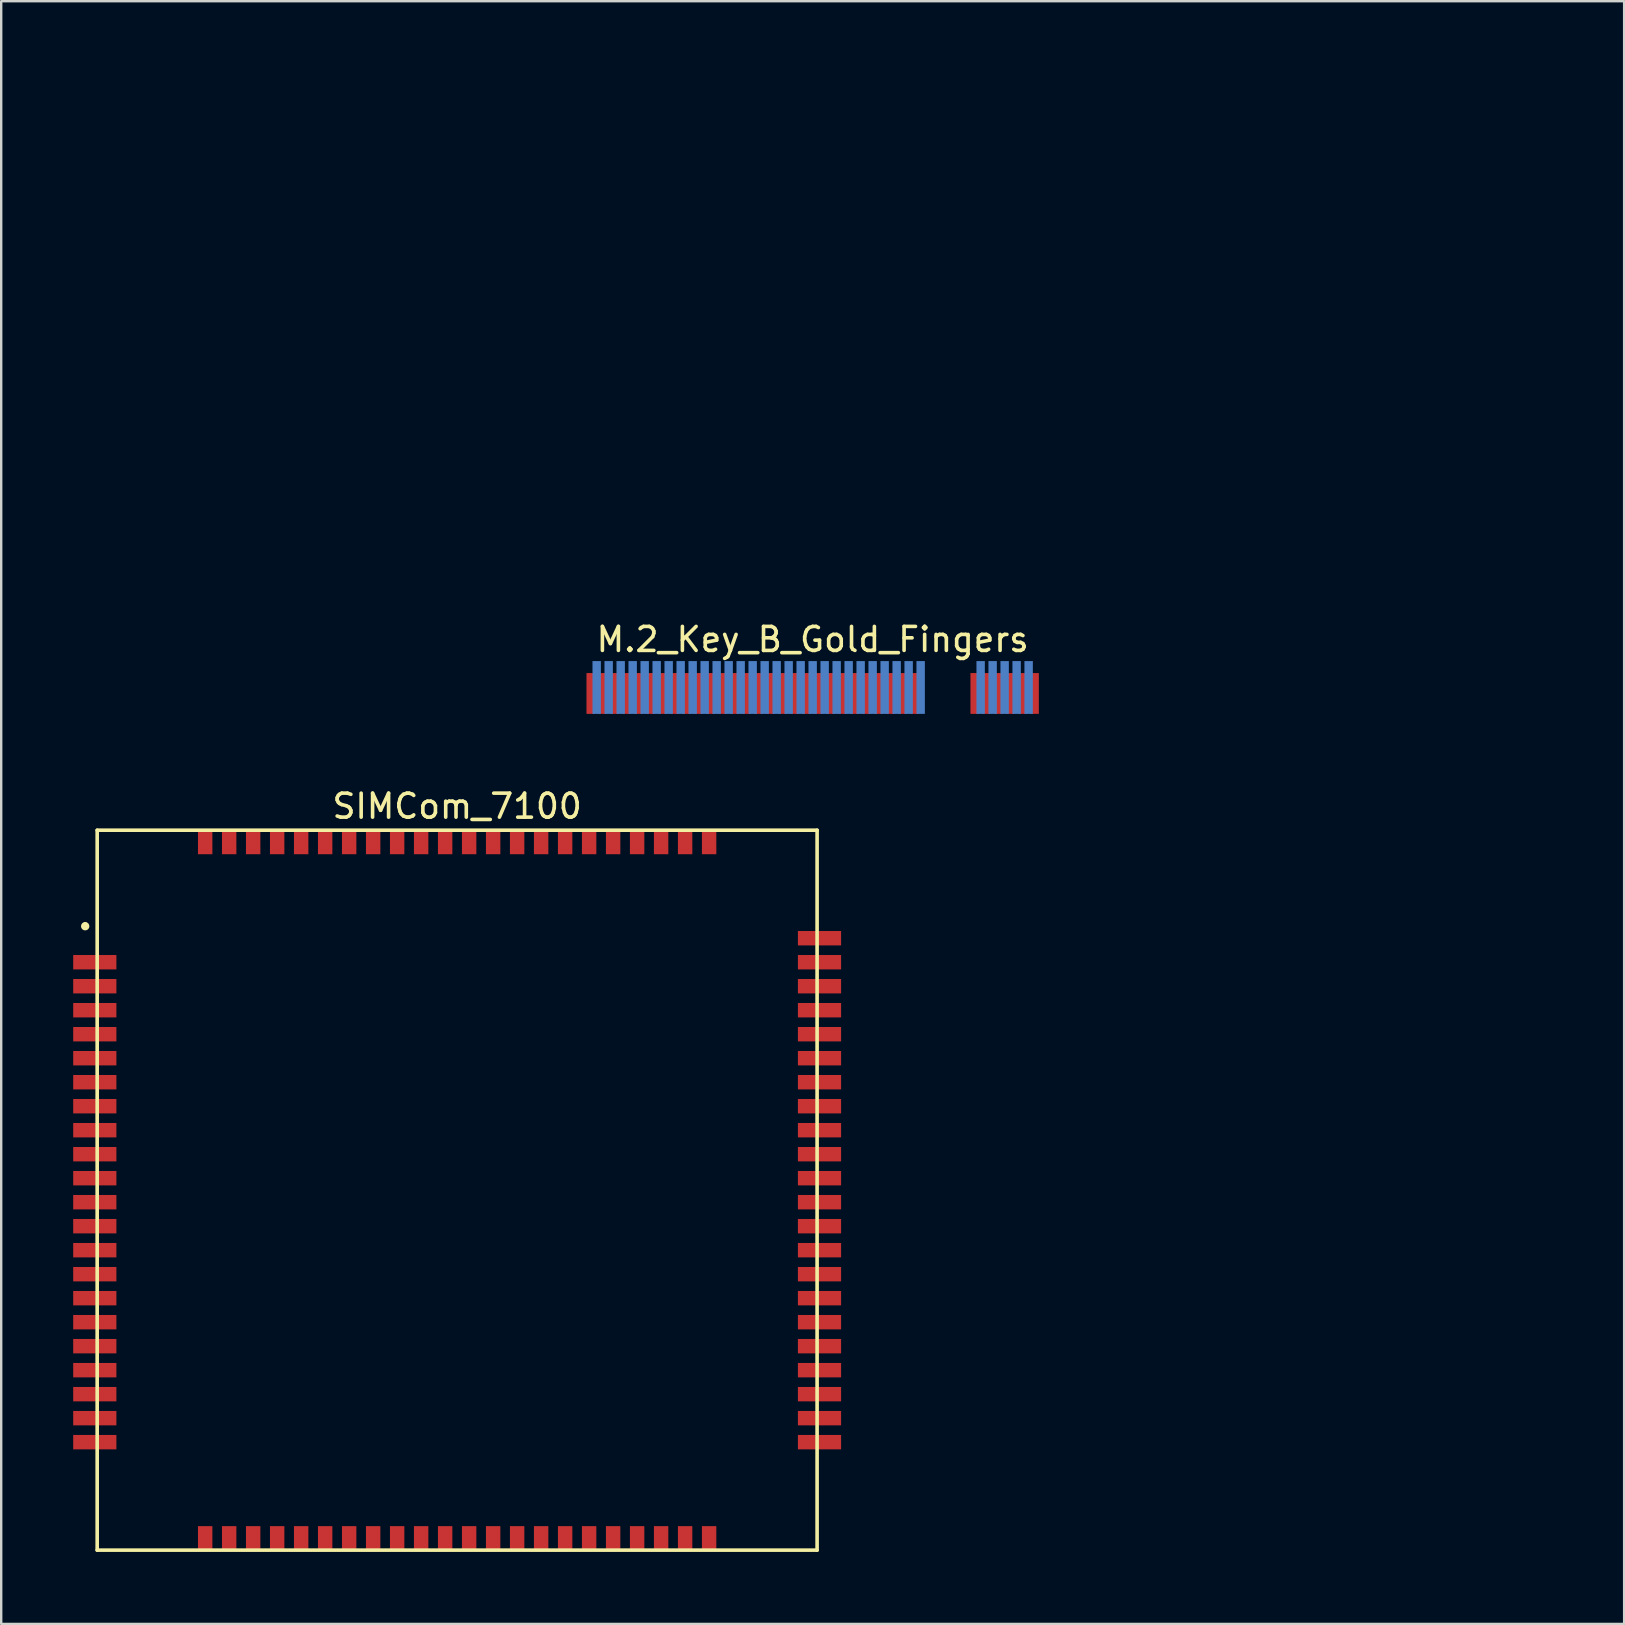
<source format=kicad_pcb>
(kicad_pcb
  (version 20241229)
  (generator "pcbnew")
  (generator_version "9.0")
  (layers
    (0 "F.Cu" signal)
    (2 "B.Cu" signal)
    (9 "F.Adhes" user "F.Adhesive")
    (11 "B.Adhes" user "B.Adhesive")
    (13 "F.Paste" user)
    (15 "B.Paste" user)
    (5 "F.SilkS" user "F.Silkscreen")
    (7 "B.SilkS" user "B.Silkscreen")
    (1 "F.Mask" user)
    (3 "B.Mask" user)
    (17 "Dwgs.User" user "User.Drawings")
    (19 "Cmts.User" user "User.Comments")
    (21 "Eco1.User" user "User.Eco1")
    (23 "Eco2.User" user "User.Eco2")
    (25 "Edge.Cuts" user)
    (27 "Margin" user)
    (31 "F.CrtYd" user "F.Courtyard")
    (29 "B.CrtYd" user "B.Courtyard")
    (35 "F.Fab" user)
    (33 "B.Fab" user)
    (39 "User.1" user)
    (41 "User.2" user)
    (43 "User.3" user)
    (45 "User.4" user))
  (footprint "SIMCom_7100"
    (layer "F.Cu")
    (at 16 46.547)
    (property "Reference" "SIMCom_7100" (at 0 -16 0) (layer "F.SilkS") (effects (font (size 1 1) (thickness 0.15))))
    (attr through_hole)
    (fp_line (start -15.5 -11.1) (end -15.5 -11) (stroke (width 0.15) (type solid)) (layer "F.SilkS"))
    (fp_line (start -15 -15) (end 15 -15) (stroke (width 0.15) (type solid)) (layer "F.SilkS"))
    (fp_line (start -15 15) (end -15 -15) (stroke (width 0.15) (type solid)) (layer "F.SilkS"))
    (fp_line (start 15 -15) (end 15 15) (stroke (width 0.15) (type solid)) (layer "F.SilkS"))
    (fp_line (start 15 15) (end -15 15) (stroke (width 0.15) (type solid)) (layer "F.SilkS"))
    (fp_circle (center -15.5 -11) (end -15.5 -10.9) (stroke (width 0.15) (type solid)) (fill no) (layer "F.SilkS"))
    (pad "1" smd rect (at -15.1 -9.5) (size 1.8 0.6) (layers "F.Cu" "F.Mask" "F.Paste"))
    (pad "2" smd rect (at -15.1 -8.5) (size 1.8 0.6) (layers "F.Cu" "F.Mask" "F.Paste"))
    (pad "3" smd rect (at -15.1 -7.5) (size 1.8 0.6) (layers "F.Cu" "F.Mask" "F.Paste"))
    (pad "4" smd rect (at -15.1 -6.5) (size 1.8 0.6) (layers "F.Cu" "F.Mask" "F.Paste"))
    (pad "5" smd rect (at -15.1 -5.5) (size 1.8 0.6) (layers "F.Cu" "F.Mask" "F.Paste"))
    (pad "6" smd rect (at -15.1 -4.5) (size 1.8 0.6) (layers "F.Cu" "F.Mask" "F.Paste"))
    (pad "7" smd rect (at -15.1 -3.5) (size 1.8 0.6) (layers "F.Cu" "F.Mask" "F.Paste"))
    (pad "8" smd rect (at -15.1 -2.5) (size 1.8 0.6) (layers "F.Cu" "F.Mask" "F.Paste"))
    (pad "9" smd rect (at -15.1 -1.5) (size 1.8 0.6) (layers "F.Cu" "F.Mask" "F.Paste"))
    (pad "10" smd rect (at -15.1 -0.5) (size 1.8 0.6) (layers "F.Cu" "F.Mask" "F.Paste"))
    (pad "11" smd rect (at -15.1 0.5) (size 1.8 0.6) (layers "F.Cu" "F.Mask" "F.Paste"))
    (pad "12" smd rect (at -15.1 1.5) (size 1.8 0.6) (layers "F.Cu" "F.Mask" "F.Paste"))
    (pad "13" smd rect (at -15.1 2.5) (size 1.8 0.6) (layers "F.Cu" "F.Mask" "F.Paste"))
    (pad "14" smd rect (at -15.1 3.5) (size 1.8 0.6) (layers "F.Cu" "F.Mask" "F.Paste"))
    (pad "15" smd rect (at -15.1 4.5) (size 1.8 0.6) (layers "F.Cu" "F.Mask" "F.Paste"))
    (pad "16" smd rect (at -15.1 5.5) (size 1.8 0.6) (layers "F.Cu" "F.Mask" "F.Paste"))
    (pad "17" smd rect (at -15.1 6.5) (size 1.8 0.6) (layers "F.Cu" "F.Mask" "F.Paste"))
    (pad "18" smd rect (at -15.1 7.5) (size 1.8 0.6) (layers "F.Cu" "F.Mask" "F.Paste"))
    (pad "19" smd rect (at -15.1 8.5) (size 1.8 0.6) (layers "F.Cu" "F.Mask" "F.Paste"))
    (pad "20" smd rect (at -15.1 9.5) (size 1.8 0.6) (layers "F.Cu" "F.Mask" "F.Paste"))
    (pad "21" smd rect (at -9.5 14.5 270) (size 1 0.6) (layers "F.Cu" "F.Mask" "F.Paste"))
    (pad "22" smd rect (at -8.5 14.5 270) (size 1 0.6) (layers "F.Cu" "F.Mask" "F.Paste"))
    (pad "23" smd rect (at -7.5 14.5 270) (size 1 0.6) (layers "F.Cu" "F.Mask" "F.Paste"))
    (pad "24" smd rect (at -6.5 14.5 270) (size 1 0.6) (layers "F.Cu" "F.Mask" "F.Paste"))
    (pad "25" smd rect (at -5.5 14.5 270) (size 1 0.6) (layers "F.Cu" "F.Mask" "F.Paste"))
    (pad "26" smd rect (at -4.5 14.5 270) (size 1 0.6) (layers "F.Cu" "F.Mask" "F.Paste"))
    (pad "27" smd rect (at -3.5 14.5 270) (size 1 0.6) (layers "F.Cu" "F.Mask" "F.Paste"))
    (pad "28" smd rect (at -2.5 14.5 270) (size 1 0.6) (layers "F.Cu" "F.Mask" "F.Paste"))
    (pad "29" smd rect (at -1.5 14.5 270) (size 1 0.6) (layers "F.Cu" "F.Mask" "F.Paste"))
    (pad "30" smd rect (at -0.5 14.5 270) (size 1 0.6) (layers "F.Cu" "F.Mask" "F.Paste"))
    (pad "31" smd rect (at 0.5 14.5 270) (size 1 0.6) (layers "F.Cu" "F.Mask" "F.Paste"))
    (pad "32" smd rect (at 1.5 14.5 270) (size 1 0.6) (layers "F.Cu" "F.Mask" "F.Paste"))
    (pad "33" smd rect (at 2.5 14.5 270) (size 1 0.6) (layers "F.Cu" "F.Mask" "F.Paste"))
    (pad "34" smd rect (at 3.5 14.5 270) (size 1 0.6) (layers "F.Cu" "F.Mask" "F.Paste"))
    (pad "35" smd rect (at 4.5 14.5 270) (size 1 0.6) (layers "F.Cu" "F.Mask" "F.Paste"))
    (pad "36" smd rect (at 5.5 14.5 270) (size 1 0.6) (layers "F.Cu" "F.Mask" "F.Paste"))
    (pad "37" smd rect (at 6.5 14.5 270) (size 1 0.6) (layers "F.Cu" "F.Mask" "F.Paste"))
    (pad "38" smd rect (at 7.5 14.5 270) (size 1 0.6) (layers "F.Cu" "F.Mask" "F.Paste"))
    (pad "39" smd rect (at 8.5 14.5 270) (size 1 0.6) (layers "F.Cu" "F.Mask" "F.Paste"))
    (pad "40" smd rect (at 9.5 14.5 270) (size 1 0.6) (layers "F.Cu" "F.Mask" "F.Paste"))
    (pad "41" smd rect (at 15.1 9.5) (size 1.8 0.6) (layers "F.Cu" "F.Mask" "F.Paste"))
    (pad "42" smd rect (at 15.1 8.5) (size 1.8 0.6) (layers "F.Cu" "F.Mask" "F.Paste"))
    (pad "43" smd rect (at 15.1 7.5) (size 1.8 0.6) (layers "F.Cu" "F.Mask" "F.Paste"))
    (pad "44" smd rect (at 15.1 6.5) (size 1.8 0.6) (layers "F.Cu" "F.Mask" "F.Paste"))
    (pad "45" smd rect (at 15.1 5.5) (size 1.8 0.6) (layers "F.Cu" "F.Mask" "F.Paste"))
    (pad "46" smd rect (at 15.1 4.5) (size 1.8 0.6) (layers "F.Cu" "F.Mask" "F.Paste"))
    (pad "47" smd rect (at 15.1 3.5) (size 1.8 0.6) (layers "F.Cu" "F.Mask" "F.Paste"))
    (pad "48" smd rect (at 15.1 2.5) (size 1.8 0.6) (layers "F.Cu" "F.Mask" "F.Paste"))
    (pad "49" smd rect (at 15.1 1.5) (size 1.8 0.6) (layers "F.Cu" "F.Mask" "F.Paste"))
    (pad "50" smd rect (at 15.1 0.5) (size 1.8 0.6) (layers "F.Cu" "F.Mask" "F.Paste"))
    (pad "51" smd rect (at 15.1 -0.5) (size 1.8 0.6) (layers "F.Cu" "F.Mask" "F.Paste"))
    (pad "52" smd rect (at 15.1 -1.5) (size 1.8 0.6) (layers "F.Cu" "F.Mask" "F.Paste"))
    (pad "53" smd rect (at 15.1 -2.5) (size 1.8 0.6) (layers "F.Cu" "F.Mask" "F.Paste"))
    (pad "54" smd rect (at 15.1 -3.5) (size 1.8 0.6) (layers "F.Cu" "F.Mask" "F.Paste"))
    (pad "55" smd rect (at 15.1 -4.5) (size 1.8 0.6) (layers "F.Cu" "F.Mask" "F.Paste"))
    (pad "56" smd rect (at 15.1 -5.5) (size 1.8 0.6) (layers "F.Cu" "F.Mask" "F.Paste"))
    (pad "57" smd rect (at 15.1 -6.5) (size 1.8 0.6) (layers "F.Cu" "F.Mask" "F.Paste"))
    (pad "58" smd rect (at 15.1 -7.5) (size 1.8 0.6) (layers "F.Cu" "F.Mask" "F.Paste"))
    (pad "59" smd rect (at 15.1 -8.5) (size 1.8 0.6) (layers "F.Cu" "F.Mask" "F.Paste"))
    (pad "60" smd rect (at 15.1 -9.5) (size 1.8 0.6) (layers "F.Cu" "F.Mask" "F.Paste"))
    (pad "61" smd rect (at 9.5 -14.5 270) (size 1 0.6) (layers "F.Cu" "F.Mask" "F.Paste"))
    (pad "62" smd rect (at 8.5 -14.5 270) (size 1 0.6) (layers "F.Cu" "F.Mask" "F.Paste"))
    (pad "63" smd rect (at 7.5 -14.5 270) (size 1 0.6) (layers "F.Cu" "F.Mask" "F.Paste"))
    (pad "64" smd rect (at 6.5 -14.5 270) (size 1 0.6) (layers "F.Cu" "F.Mask" "F.Paste"))
    (pad "65" smd rect (at 5.5 -14.5 270) (size 1 0.6) (layers "F.Cu" "F.Mask" "F.Paste"))
    (pad "66" smd rect (at 4.5 -14.5 270) (size 1 0.6) (layers "F.Cu" "F.Mask" "F.Paste"))
    (pad "67" smd rect (at 3.5 -14.5 270) (size 1 0.6) (layers "F.Cu" "F.Mask" "F.Paste"))
    (pad "68" smd rect (at 2.5 -14.5 270) (size 1 0.6) (layers "F.Cu" "F.Mask" "F.Paste"))
    (pad "69" smd rect (at 1.5 -14.5 270) (size 1 0.6) (layers "F.Cu" "F.Mask" "F.Paste"))
    (pad "70" smd rect (at 0.5 -14.5 270) (size 1 0.6) (layers "F.Cu" "F.Mask" "F.Paste"))
    (pad "71" smd rect (at -0.5 -14.5 270) (size 1 0.6) (layers "F.Cu" "F.Mask" "F.Paste"))
    (pad "72" smd rect (at -1.5 -14.5 270) (size 1 0.6) (layers "F.Cu" "F.Mask" "F.Paste"))
    (pad "73" smd rect (at -2.5 -14.5 270) (size 1 0.6) (layers "F.Cu" "F.Mask" "F.Paste"))
    (pad "74" smd rect (at -3.5 -14.5 270) (size 1 0.6) (layers "F.Cu" "F.Mask" "F.Paste"))
    (pad "75" smd rect (at -4.5 -14.5 270) (size 1 0.6) (layers "F.Cu" "F.Mask" "F.Paste"))
    (pad "76" smd rect (at -5.5 -14.5 270) (size 1 0.6) (layers "F.Cu" "F.Mask" "F.Paste"))
    (pad "77" smd rect (at -6.5 -14.5 270) (size 1 0.6) (layers "F.Cu" "F.Mask" "F.Paste"))
    (pad "78" smd rect (at -7.5 -14.5 270) (size 1 0.6) (layers "F.Cu" "F.Mask" "F.Paste"))
    (pad "79" smd rect (at -8.5 -14.5 270) (size 1 0.6) (layers "F.Cu" "F.Mask" "F.Paste"))
    (pad "80" smd rect (at -9.5 -14.5 270) (size 1 0.6) (layers "F.Cu" "F.Mask" "F.Paste"))
    (pad "81" smd rect (at -15.1 10.5) (size 1.8 0.6) (layers "F.Cu" "F.Mask" "F.Paste"))
    (pad "82" smd rect (at 15.1 10.5) (size 1.8 0.6) (layers "F.Cu" "F.Mask" "F.Paste"))
    (pad "83" smd rect (at 10.5 14.5 270) (size 1 0.6) (layers "F.Cu" "F.Mask" "F.Paste"))
    (pad "84" smd rect (at -10.5 14.5 270) (size 1 0.6) (layers "F.Cu" "F.Mask" "F.Paste"))
    (pad "85" smd rect (at 15.1 -10.5) (size 1.8 0.6) (layers "F.Cu" "F.Mask" "F.Paste"))
    (pad "86" smd rect (at -10.5 -14.5 270) (size 1 0.6) (layers "F.Cu" "F.Mask" "F.Paste"))
    (pad "87" smd rect (at 10.5 -14.5 270) (size 1 0.6) (layers "F.Cu" "F.Mask" "F.Paste")))
  (footprint "M.2_Key_B_Gold_Fingers"
    (layer "F.Cu")
    (at 30.815 25.848)
    (property "Reference" "M.2_Key_B_Gold_Fingers" (at 0 -2.25 0) (layer "F.SilkS") (effects (font (size 1 1) (thickness 0.15))))
    (attr through_hole)
    (fp_text user "therefore: 1.7mm height top, 2.2mm height bot" (at 0 -6.5 0) (layer "Eco1.User") (effects (font (size 1 1) (thickness 0.15))))
    (fp_text user "Dimensions of pins:" (at 0 -23 0) (layer "Eco1.User") (effects (font (size 1 1) (thickness 0.15))))
    (fp_text user "width: 0.35mm" (at 0 -21 0) (layer "Eco1.User") (effects (font (size 1 1) (thickness 0.15))))
    (fp_text user "Figure 15 - edge of PCB to close edge of pad 0.3 mm top & bot" (at 0 -8.5 0) (layer "Eco1.User") (effects (font (size 1 1) (thickness 0.15))))
    (fp_text user "Since the pin height isn't explicity given anywhere, it needed to be ascertained" (at 0 -25 0) (layer "Eco1.User") (effects (font (size 1 1) (thickness 0.15))))
    (fp_text user "Figure 97 - edge of PCB to far edge of pad 2.0mm top 2.5mm bot" (at 0 -12 0) (layer "Eco1.User") (effects (font (size 1 1) (thickness 0.15))))
    (fp_text user "          - agrees with figures 16 and 17" (at -9.25 -10.5 0) (layer "Eco1.User") (effects (font (size 1 1) (thickness 0.15))))
    (fp_text user "spacing: 0.15mm" (at 0 -15 0) (layer "Eco1.User") (effects (font (size 1 1) (thickness 0.15))))
    (fp_text user "pitch: 0.5mm" (at 0 -17 0) (layer "Eco1.User") (effects (font (size 1 1) (thickness 0.15))))
    (fp_text user "height: 1.7mm top (odd), 2.2mm height bot (even)" (at 0 -19 0) (layer "Eco1.User") (effects (font (size 1 1) (thickness 0.15))))
    (pad "1" smd rect (at 9.25 0 270) (size 1.7 0.35) (layers "F.Cu" "F.Mask"))
    (pad "2" smd rect (at 9 -0.25 270) (size 2.2 0.35) (layers "B.Cu" "B.Mask"))
    (pad "3" smd rect (at 8.75 0 270) (size 1.7 0.35) (layers "F.Cu" "F.Mask"))
    (pad "4" smd rect (at 8.5 -0.25 270) (size 2.2 0.35) (layers "B.Cu" "B.Mask"))
    (pad "5" smd rect (at 8.25 0 270) (size 1.7 0.35) (layers "F.Cu" "F.Mask"))
    (pad "6" smd rect (at 8 -0.25 270) (size 2.2 0.35) (layers "B.Cu" "B.Mask"))
    (pad "7" smd rect (at 7.75 0 270) (size 1.7 0.35) (layers "F.Cu" "F.Mask"))
    (pad "8" smd rect (at 7.5 -0.25 270) (size 2.2 0.35) (layers "B.Cu" "B.Mask"))
    (pad "9" smd rect (at 7.25 0 270) (size 1.7 0.35) (layers "F.Cu" "F.Mask"))
    (pad "10" smd rect (at 7 -0.25 270) (size 2.2 0.35) (layers "B.Cu" "B.Mask"))
    (pad "11" smd rect (at 6.75 0 270) (size 1.7 0.35) (layers "F.Cu" "F.Mask"))
    (pad "20" smd rect (at 4.5 -0.25 270) (size 2.2 0.35) (layers "B.Cu" "B.Mask"))
    (pad "21" smd rect (at 4.25 0 270) (size 1.7 0.35) (layers "F.Cu" "F.Mask"))
    (pad "22" smd rect (at 4 -0.25 270) (size 2.2 0.35) (layers "B.Cu" "B.Mask"))
    (pad "23" smd rect (at 3.75 0 270) (size 1.7 0.35) (layers "F.Cu" "F.Mask"))
    (pad "24" smd rect (at 3.5 -0.25 270) (size 2.2 0.35) (layers "B.Cu" "B.Mask"))
    (pad "25" smd rect (at 3.25 0 270) (size 1.7 0.35) (layers "F.Cu" "F.Mask"))
    (pad "26" smd rect (at 3 -0.25 270) (size 2.2 0.35) (layers "B.Cu" "B.Mask"))
    (pad "27" smd rect (at 2.75 0 270) (size 1.7 0.35) (layers "F.Cu" "F.Mask"))
    (pad "28" smd rect (at 2.5 -0.25 270) (size 2.2 0.35) (layers "B.Cu" "B.Mask"))
    (pad "29" smd rect (at 2.25 0 270) (size 1.7 0.35) (layers "F.Cu" "F.Mask"))
    (pad "30" smd rect (at 2 -0.25 270) (size 2.2 0.35) (layers "B.Cu" "B.Mask"))
    (pad "31" smd rect (at 1.75 0 270) (size 1.7 0.35) (layers "F.Cu" "F.Mask"))
    (pad "32" smd rect (at 1.5 -0.25 270) (size 2.2 0.35) (layers "B.Cu" "B.Mask"))
    (pad "33" smd rect (at 1.25 0 270) (size 1.7 0.35) (layers "F.Cu" "F.Mask"))
    (pad "34" smd rect (at 1 -0.25 270) (size 2.2 0.35) (layers "B.Cu" "B.Mask"))
    (pad "35" smd rect (at 0.75 0 270) (size 1.7 0.35) (layers "F.Cu" "F.Mask"))
    (pad "36" smd rect (at 0.5 -0.25 270) (size 2.2 0.35) (layers "B.Cu" "B.Mask"))
    (pad "37" smd rect (at 0.25 0 270) (size 1.7 0.35) (layers "F.Cu" "F.Mask"))
    (pad "38" smd rect (at 0 -0.25 270) (size 2.2 0.35) (layers "B.Cu" "B.Mask"))
    (pad "39" smd rect (at -0.25 0 270) (size 1.7 0.35) (layers "F.Cu" "F.Mask"))
    (pad "40" smd rect (at -0.5 -0.25 270) (size 2.2 0.35) (layers "B.Cu" "B.Mask"))
    (pad "41" smd rect (at -0.75 0 270) (size 1.7 0.35) (layers "F.Cu" "F.Mask"))
    (pad "42" smd rect (at -1 -0.25 270) (size 2.2 0.35) (layers "B.Cu" "B.Mask"))
    (pad "43" smd rect (at -1.25 0 270) (size 1.7 0.35) (layers "F.Cu" "F.Mask"))
    (pad "44" smd rect (at -1.5 -0.25 270) (size 2.2 0.35) (layers "B.Cu" "B.Mask"))
    (pad "45" smd rect (at -1.75 0 270) (size 1.7 0.35) (layers "F.Cu" "F.Mask"))
    (pad "46" smd rect (at -2 -0.25 270) (size 2.2 0.35) (layers "B.Cu" "B.Mask"))
    (pad "47" smd rect (at -2.25 0 270) (size 1.7 0.35) (layers "F.Cu" "F.Mask"))
    (pad "48" smd rect (at -2.5 -0.25 270) (size 2.2 0.35) (layers "B.Cu" "B.Mask"))
    (pad "49" smd rect (at -2.75 0 270) (size 1.7 0.35) (layers "F.Cu" "F.Mask"))
    (pad "50" smd rect (at -3 -0.25 270) (size 2.2 0.35) (layers "B.Cu" "B.Mask"))
    (pad "51" smd rect (at -3.25 0 270) (size 1.7 0.35) (layers "F.Cu" "F.Mask"))
    (pad "52" smd rect (at -3.5 -0.25 270) (size 2.2 0.35) (layers "B.Cu" "B.Mask"))
    (pad "53" smd rect (at -3.75 0 270) (size 1.7 0.35) (layers "F.Cu" "F.Mask"))
    (pad "54" smd rect (at -4 -0.25 270) (size 2.2 0.35) (layers "B.Cu" "B.Mask"))
    (pad "55" smd rect (at -4.25 0 270) (size 1.7 0.35) (layers "F.Cu" "F.Mask"))
    (pad "56" smd rect (at -4.5 -0.25 270) (size 2.2 0.35) (layers "B.Cu" "B.Mask"))
    (pad "57" smd rect (at -4.75 0 270) (size 1.7 0.35) (layers "F.Cu" "F.Mask"))
    (pad "58" smd rect (at -5 -0.25 270) (size 2.2 0.35) (layers "B.Cu" "B.Mask"))
    (pad "59" smd rect (at -5.25 0 270) (size 1.7 0.35) (layers "F.Cu" "F.Mask"))
    (pad "60" smd rect (at -5.5 -0.25 270) (size 2.2 0.35) (layers "B.Cu" "B.Mask"))
    (pad "61" smd rect (at -5.75 0 270) (size 1.7 0.35) (layers "F.Cu" "F.Mask"))
    (pad "62" smd rect (at -6 -0.25 270) (size 2.2 0.35) (layers "B.Cu" "B.Mask"))
    (pad "63" smd rect (at -6.25 0 270) (size 1.7 0.35) (layers "F.Cu" "F.Mask"))
    (pad "64" smd rect (at -6.5 -0.25 270) (size 2.2 0.35) (layers "B.Cu" "B.Mask"))
    (pad "65" smd rect (at -6.75 0 270) (size 1.7 0.35) (layers "F.Cu" "F.Mask"))
    (pad "66" smd rect (at -7 -0.25 270) (size 2.2 0.35) (layers "B.Cu" "B.Mask"))
    (pad "67" smd rect (at -7.25 0 270) (size 1.7 0.35) (layers "F.Cu" "F.Mask"))
    (pad "68" smd rect (at -7.5 -0.25 270) (size 2.2 0.35) (layers "B.Cu" "B.Mask"))
    (pad "69" smd rect (at -7.75 0 270) (size 1.7 0.35) (layers "F.Cu" "F.Mask"))
    (pad "70" smd rect (at -8 -0.25 270) (size 2.2 0.35) (layers "B.Cu" "B.Mask"))
    (pad "71" smd rect (at -8.25 0 270) (size 1.7 0.35) (layers "F.Cu" "F.Mask"))
    (pad "72" smd rect (at -8.5 -0.25 270) (size 2.2 0.35) (layers "B.Cu" "B.Mask"))
    (pad "73" smd rect (at -8.75 0 270) (size 1.7 0.35) (layers "F.Cu" "F.Mask"))
    (pad "74" smd rect (at -9 -0.25 270) (size 2.2 0.35) (layers "B.Cu" "B.Mask"))
    (pad "75" smd rect (at -9.25 0 270) (size 1.7 0.35) (layers "F.Cu" "F.Mask")))
  (gr_rect
    (start -3 -3)
    (end 64.631 64.621)
    (stroke (width 0.1) (type default))
    (fill no)
    (layer "Edge.Cuts")))
</source>
